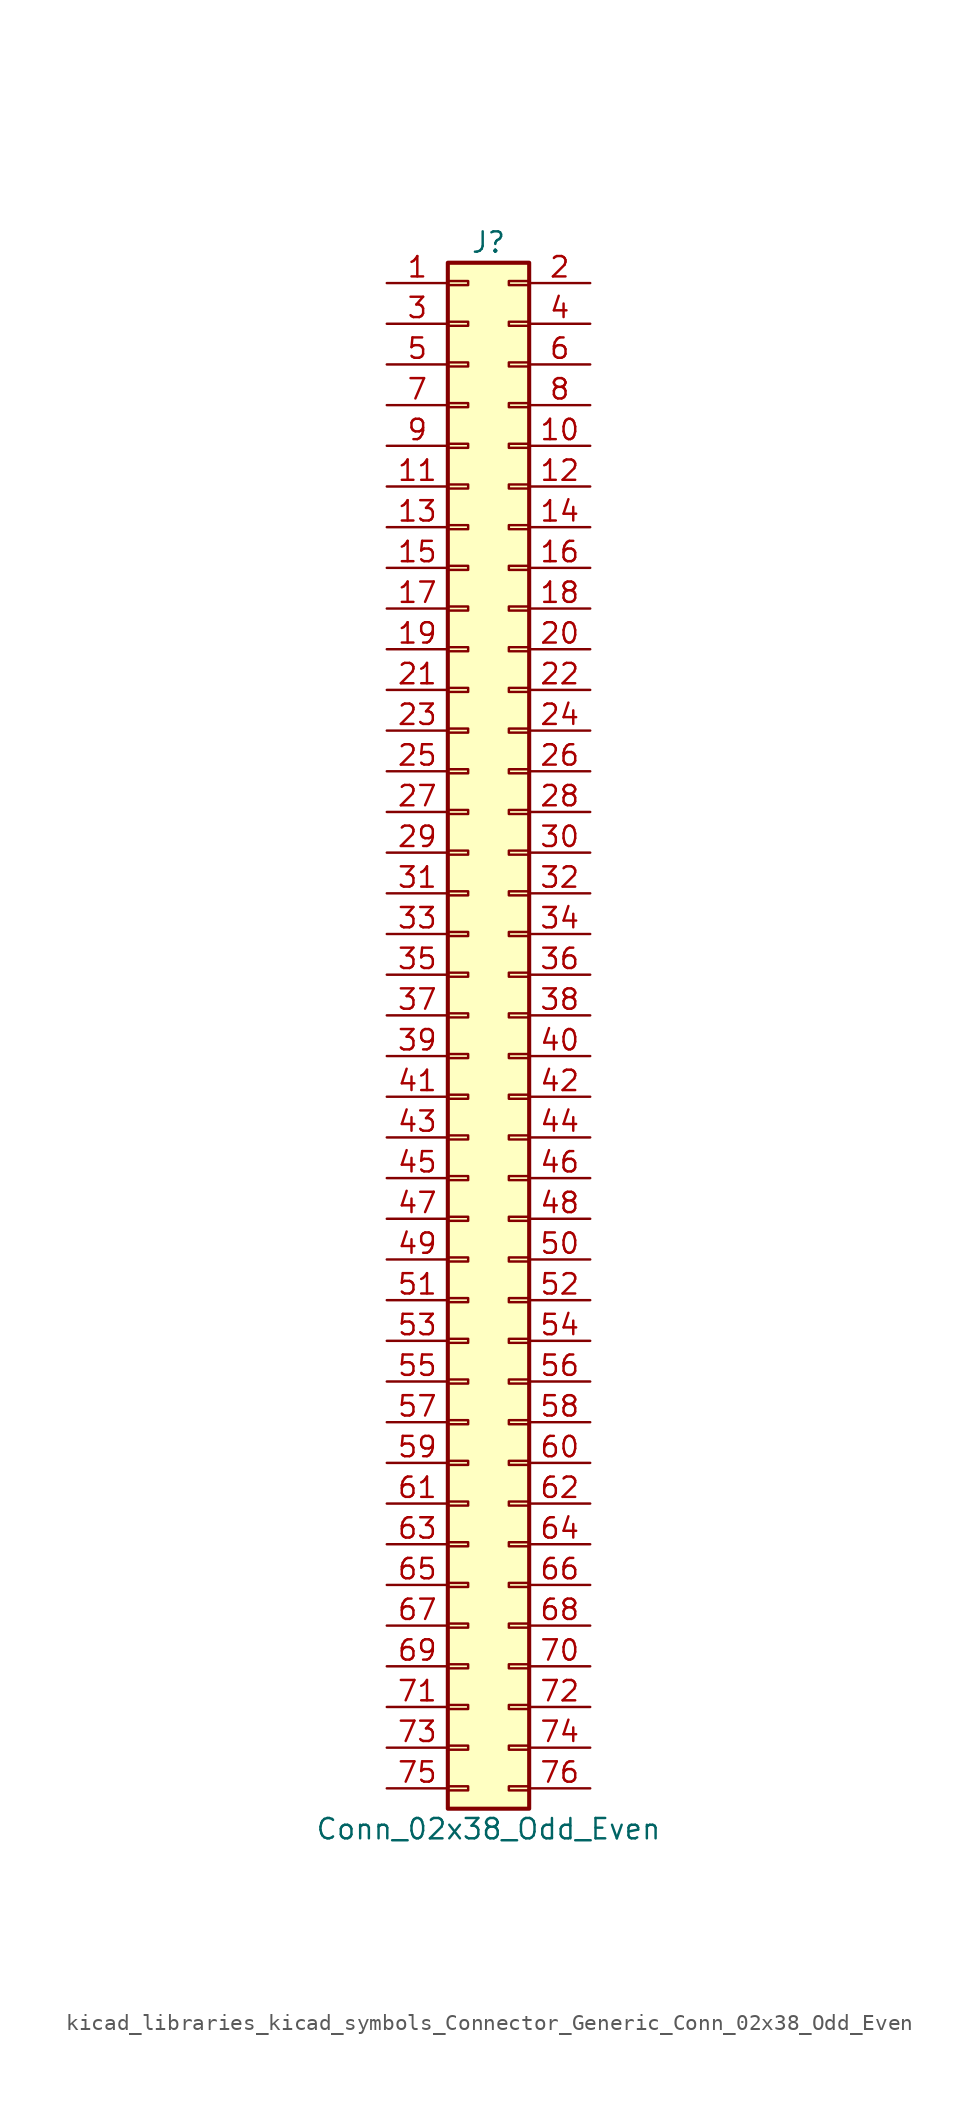
<source format=kicad_sym>
(kicad_symbol_lib
  (version 20220914)
  (generator kicad_symbol_editor)
  (symbol "kicad_libraries_kicad_symbols_Connector_Generic_Conn_02x38_Odd_Even"
    (pin_names
      (offset 1.016) hide)
    (property "Reference" "J"
      (at 1.27 48.26 0)
      (effects (font (size 1.27 1.27))))
    (property "Value" "Conn_02x38_Odd_Even"
      (at 1.27 -50.8 0)
      (effects (font (size 1.27 1.27))))
    (symbol "kicad_libraries_kicad_symbols_Connector_Generic_Conn_02x38_Odd_Even_1_1"
      (rectangle (start -1.27 -48.133) (end 0 -48.387) (stroke (width 0.152) (type default)) (fill (type none)))
      (rectangle (start -1.27 -45.593) (end 0 -45.847) (stroke (width 0.152) (type default)) (fill (type none)))
      (rectangle (start -1.27 -43.053) (end 0 -43.307) (stroke (width 0.152) (type default)) (fill (type none)))
      (rectangle (start -1.27 -40.513) (end 0 -40.767) (stroke (width 0.152) (type default)) (fill (type none)))
      (rectangle (start -1.27 -37.973) (end 0 -38.227) (stroke (width 0.152) (type default)) (fill (type none)))
      (rectangle (start -1.27 -35.433) (end 0 -35.687) (stroke (width 0.152) (type default)) (fill (type none)))
      (rectangle (start -1.27 -32.893) (end 0 -33.147) (stroke (width 0.152) (type default)) (fill (type none)))
      (rectangle (start -1.27 -30.353) (end 0 -30.607) (stroke (width 0.152) (type default)) (fill (type none)))
      (rectangle (start -1.27 -27.813) (end 0 -28.067) (stroke (width 0.152) (type default)) (fill (type none)))
      (rectangle (start -1.27 -25.273) (end 0 -25.527) (stroke (width 0.152) (type default)) (fill (type none)))
      (rectangle (start -1.27 -22.733) (end 0 -22.987) (stroke (width 0.152) (type default)) (fill (type none)))
      (rectangle (start -1.27 -20.193) (end 0 -20.447) (stroke (width 0.152) (type default)) (fill (type none)))
      (rectangle (start -1.27 -17.653) (end 0 -17.907) (stroke (width 0.152) (type default)) (fill (type none)))
      (rectangle (start -1.27 -15.113) (end 0 -15.367) (stroke (width 0.152) (type default)) (fill (type none)))
      (rectangle (start -1.27 -12.573) (end 0 -12.827) (stroke (width 0.152) (type default)) (fill (type none)))
      (rectangle (start -1.27 -10.033) (end 0 -10.287) (stroke (width 0.152) (type default)) (fill (type none)))
      (rectangle (start -1.27 -7.493) (end 0 -7.747) (stroke (width 0.152) (type default)) (fill (type none)))
      (rectangle (start -1.27 -4.953) (end 0 -5.207) (stroke (width 0.152) (type default)) (fill (type none)))
      (rectangle (start -1.27 -2.413) (end 0 -2.667) (stroke (width 0.152) (type default)) (fill (type none)))
      (rectangle (start -1.27 0.127) (end 0 -0.127) (stroke (width 0.152) (type default)) (fill (type none)))
      (rectangle (start -1.27 2.667) (end 0 2.413) (stroke (width 0.152) (type default)) (fill (type none)))
      (rectangle (start -1.27 5.207) (end 0 4.953) (stroke (width 0.152) (type default)) (fill (type none)))
      (rectangle (start -1.27 7.747) (end 0 7.493) (stroke (width 0.152) (type default)) (fill (type none)))
      (rectangle (start -1.27 10.287) (end 0 10.033) (stroke (width 0.152) (type default)) (fill (type none)))
      (rectangle (start -1.27 12.827) (end 0 12.573) (stroke (width 0.152) (type default)) (fill (type none)))
      (rectangle (start -1.27 15.367) (end 0 15.113) (stroke (width 0.152) (type default)) (fill (type none)))
      (rectangle (start -1.27 17.907) (end 0 17.653) (stroke (width 0.152) (type default)) (fill (type none)))
      (rectangle (start -1.27 20.447) (end 0 20.193) (stroke (width 0.152) (type default)) (fill (type none)))
      (rectangle (start -1.27 22.987) (end 0 22.733) (stroke (width 0.152) (type default)) (fill (type none)))
      (rectangle (start -1.27 25.527) (end 0 25.273) (stroke (width 0.152) (type default)) (fill (type none)))
      (rectangle (start -1.27 28.067) (end 0 27.813) (stroke (width 0.152) (type default)) (fill (type none)))
      (rectangle (start -1.27 30.607) (end 0 30.353) (stroke (width 0.152) (type default)) (fill (type none)))
      (rectangle (start -1.27 33.147) (end 0 32.893) (stroke (width 0.152) (type default)) (fill (type none)))
      (rectangle (start -1.27 35.687) (end 0 35.433) (stroke (width 0.152) (type default)) (fill (type none)))
      (rectangle (start -1.27 38.227) (end 0 37.973) (stroke (width 0.152) (type default)) (fill (type none)))
      (rectangle (start -1.27 40.767) (end 0 40.513) (stroke (width 0.152) (type default)) (fill (type none)))
      (rectangle (start -1.27 43.307) (end 0 43.053) (stroke (width 0.152) (type default)) (fill (type none)))
      (rectangle (start -1.27 45.847) (end 0 45.593) (stroke (width 0.152) (type default)) (fill (type none)))
      (rectangle (start -1.27 46.99) (end 3.81 -49.53) (stroke (width 0.254) (type default)) (fill (type background)))
      (rectangle (start 3.81 -48.133) (end 2.54 -48.387) (stroke (width 0.152) (type default)) (fill (type none)))
      (rectangle (start 3.81 -45.593) (end 2.54 -45.847) (stroke (width 0.152) (type default)) (fill (type none)))
      (rectangle (start 3.81 -43.053) (end 2.54 -43.307) (stroke (width 0.152) (type default)) (fill (type none)))
      (rectangle (start 3.81 -40.513) (end 2.54 -40.767) (stroke (width 0.152) (type default)) (fill (type none)))
      (rectangle (start 3.81 -37.973) (end 2.54 -38.227) (stroke (width 0.152) (type default)) (fill (type none)))
      (rectangle (start 3.81 -35.433) (end 2.54 -35.687) (stroke (width 0.152) (type default)) (fill (type none)))
      (rectangle (start 3.81 -32.893) (end 2.54 -33.147) (stroke (width 0.152) (type default)) (fill (type none)))
      (rectangle (start 3.81 -30.353) (end 2.54 -30.607) (stroke (width 0.152) (type default)) (fill (type none)))
      (rectangle (start 3.81 -27.813) (end 2.54 -28.067) (stroke (width 0.152) (type default)) (fill (type none)))
      (rectangle (start 3.81 -25.273) (end 2.54 -25.527) (stroke (width 0.152) (type default)) (fill (type none)))
      (rectangle (start 3.81 -22.733) (end 2.54 -22.987) (stroke (width 0.152) (type default)) (fill (type none)))
      (rectangle (start 3.81 -20.193) (end 2.54 -20.447) (stroke (width 0.152) (type default)) (fill (type none)))
      (rectangle (start 3.81 -17.653) (end 2.54 -17.907) (stroke (width 0.152) (type default)) (fill (type none)))
      (rectangle (start 3.81 -15.113) (end 2.54 -15.367) (stroke (width 0.152) (type default)) (fill (type none)))
      (rectangle (start 3.81 -12.573) (end 2.54 -12.827) (stroke (width 0.152) (type default)) (fill (type none)))
      (rectangle (start 3.81 -10.033) (end 2.54 -10.287) (stroke (width 0.152) (type default)) (fill (type none)))
      (rectangle (start 3.81 -7.493) (end 2.54 -7.747) (stroke (width 0.152) (type default)) (fill (type none)))
      (rectangle (start 3.81 -4.953) (end 2.54 -5.207) (stroke (width 0.152) (type default)) (fill (type none)))
      (rectangle (start 3.81 -2.413) (end 2.54 -2.667) (stroke (width 0.152) (type default)) (fill (type none)))
      (rectangle (start 3.81 0.127) (end 2.54 -0.127) (stroke (width 0.152) (type default)) (fill (type none)))
      (rectangle (start 3.81 2.667) (end 2.54 2.413) (stroke (width 0.152) (type default)) (fill (type none)))
      (rectangle (start 3.81 5.207) (end 2.54 4.953) (stroke (width 0.152) (type default)) (fill (type none)))
      (rectangle (start 3.81 7.747) (end 2.54 7.493) (stroke (width 0.152) (type default)) (fill (type none)))
      (rectangle (start 3.81 10.287) (end 2.54 10.033) (stroke (width 0.152) (type default)) (fill (type none)))
      (rectangle (start 3.81 12.827) (end 2.54 12.573) (stroke (width 0.152) (type default)) (fill (type none)))
      (rectangle (start 3.81 15.367) (end 2.54 15.113) (stroke (width 0.152) (type default)) (fill (type none)))
      (rectangle (start 3.81 17.907) (end 2.54 17.653) (stroke (width 0.152) (type default)) (fill (type none)))
      (rectangle (start 3.81 20.447) (end 2.54 20.193) (stroke (width 0.152) (type default)) (fill (type none)))
      (rectangle (start 3.81 22.987) (end 2.54 22.733) (stroke (width 0.152) (type default)) (fill (type none)))
      (rectangle (start 3.81 25.527) (end 2.54 25.273) (stroke (width 0.152) (type default)) (fill (type none)))
      (rectangle (start 3.81 28.067) (end 2.54 27.813) (stroke (width 0.152) (type default)) (fill (type none)))
      (rectangle (start 3.81 30.607) (end 2.54 30.353) (stroke (width 0.152) (type default)) (fill (type none)))
      (rectangle (start 3.81 33.147) (end 2.54 32.893) (stroke (width 0.152) (type default)) (fill (type none)))
      (rectangle (start 3.81 35.687) (end 2.54 35.433) (stroke (width 0.152) (type default)) (fill (type none)))
      (rectangle (start 3.81 38.227) (end 2.54 37.973) (stroke (width 0.152) (type default)) (fill (type none)))
      (rectangle (start 3.81 40.767) (end 2.54 40.513) (stroke (width 0.152) (type default)) (fill (type none)))
      (rectangle (start 3.81 43.307) (end 2.54 43.053) (stroke (width 0.152) (type default)) (fill (type none)))
      (rectangle (start 3.81 45.847) (end 2.54 45.593) (stroke (width 0.152) (type default)) (fill (type none)))
      (pin passive line (at -5.08 45.72 0) (length 3.81) (name "Pin_1" (effects (font (size 1.27 1.27)))) (number "1" (effects (font (size 1.27 1.27)))))
      (pin passive line (at 7.62 35.56 180) (length 3.81) (name "Pin_10" (effects (font (size 1.27 1.27)))) (number "10" (effects (font (size 1.27 1.27)))))
      (pin passive line (at -5.08 33.02 0) (length 3.81) (name "Pin_11" (effects (font (size 1.27 1.27)))) (number "11" (effects (font (size 1.27 1.27)))))
      (pin passive line (at 7.62 33.02 180) (length 3.81) (name "Pin_12" (effects (font (size 1.27 1.27)))) (number "12" (effects (font (size 1.27 1.27)))))
      (pin passive line (at -5.08 30.48 0) (length 3.81) (name "Pin_13" (effects (font (size 1.27 1.27)))) (number "13" (effects (font (size 1.27 1.27)))))
      (pin passive line (at 7.62 30.48 180) (length 3.81) (name "Pin_14" (effects (font (size 1.27 1.27)))) (number "14" (effects (font (size 1.27 1.27)))))
      (pin passive line (at -5.08 27.94 0) (length 3.81) (name "Pin_15" (effects (font (size 1.27 1.27)))) (number "15" (effects (font (size 1.27 1.27)))))
      (pin passive line (at 7.62 27.94 180) (length 3.81) (name "Pin_16" (effects (font (size 1.27 1.27)))) (number "16" (effects (font (size 1.27 1.27)))))
      (pin passive line (at -5.08 25.4 0) (length 3.81) (name "Pin_17" (effects (font (size 1.27 1.27)))) (number "17" (effects (font (size 1.27 1.27)))))
      (pin passive line (at 7.62 25.4 180) (length 3.81) (name "Pin_18" (effects (font (size 1.27 1.27)))) (number "18" (effects (font (size 1.27 1.27)))))
      (pin passive line (at -5.08 22.86 0) (length 3.81) (name "Pin_19" (effects (font (size 1.27 1.27)))) (number "19" (effects (font (size 1.27 1.27)))))
      (pin passive line (at 7.62 45.72 180) (length 3.81) (name "Pin_2" (effects (font (size 1.27 1.27)))) (number "2" (effects (font (size 1.27 1.27)))))
      (pin passive line (at 7.62 22.86 180) (length 3.81) (name "Pin_20" (effects (font (size 1.27 1.27)))) (number "20" (effects (font (size 1.27 1.27)))))
      (pin passive line (at -5.08 20.32 0) (length 3.81) (name "Pin_21" (effects (font (size 1.27 1.27)))) (number "21" (effects (font (size 1.27 1.27)))))
      (pin passive line (at 7.62 20.32 180) (length 3.81) (name "Pin_22" (effects (font (size 1.27 1.27)))) (number "22" (effects (font (size 1.27 1.27)))))
      (pin passive line (at -5.08 17.78 0) (length 3.81) (name "Pin_23" (effects (font (size 1.27 1.27)))) (number "23" (effects (font (size 1.27 1.27)))))
      (pin passive line (at 7.62 17.78 180) (length 3.81) (name "Pin_24" (effects (font (size 1.27 1.27)))) (number "24" (effects (font (size 1.27 1.27)))))
      (pin passive line (at -5.08 15.24 0) (length 3.81) (name "Pin_25" (effects (font (size 1.27 1.27)))) (number "25" (effects (font (size 1.27 1.27)))))
      (pin passive line (at 7.62 15.24 180) (length 3.81) (name "Pin_26" (effects (font (size 1.27 1.27)))) (number "26" (effects (font (size 1.27 1.27)))))
      (pin passive line (at -5.08 12.7 0) (length 3.81) (name "Pin_27" (effects (font (size 1.27 1.27)))) (number "27" (effects (font (size 1.27 1.27)))))
      (pin passive line (at 7.62 12.7 180) (length 3.81) (name "Pin_28" (effects (font (size 1.27 1.27)))) (number "28" (effects (font (size 1.27 1.27)))))
      (pin passive line (at -5.08 10.16 0) (length 3.81) (name "Pin_29" (effects (font (size 1.27 1.27)))) (number "29" (effects (font (size 1.27 1.27)))))
      (pin passive line (at -5.08 43.18 0) (length 3.81) (name "Pin_3" (effects (font (size 1.27 1.27)))) (number "3" (effects (font (size 1.27 1.27)))))
      (pin passive line (at 7.62 10.16 180) (length 3.81) (name "Pin_30" (effects (font (size 1.27 1.27)))) (number "30" (effects (font (size 1.27 1.27)))))
      (pin passive line (at -5.08 7.62 0) (length 3.81) (name "Pin_31" (effects (font (size 1.27 1.27)))) (number "31" (effects (font (size 1.27 1.27)))))
      (pin passive line (at 7.62 7.62 180) (length 3.81) (name "Pin_32" (effects (font (size 1.27 1.27)))) (number "32" (effects (font (size 1.27 1.27)))))
      (pin passive line (at -5.08 5.08 0) (length 3.81) (name "Pin_33" (effects (font (size 1.27 1.27)))) (number "33" (effects (font (size 1.27 1.27)))))
      (pin passive line (at 7.62 5.08 180) (length 3.81) (name "Pin_34" (effects (font (size 1.27 1.27)))) (number "34" (effects (font (size 1.27 1.27)))))
      (pin passive line (at -5.08 2.54 0) (length 3.81) (name "Pin_35" (effects (font (size 1.27 1.27)))) (number "35" (effects (font (size 1.27 1.27)))))
      (pin passive line (at 7.62 2.54 180) (length 3.81) (name "Pin_36" (effects (font (size 1.27 1.27)))) (number "36" (effects (font (size 1.27 1.27)))))
      (pin passive line (at -5.08 0 0) (length 3.81) (name "Pin_37" (effects (font (size 1.27 1.27)))) (number "37" (effects (font (size 1.27 1.27)))))
      (pin passive line (at 7.62 0 180) (length 3.81) (name "Pin_38" (effects (font (size 1.27 1.27)))) (number "38" (effects (font (size 1.27 1.27)))))
      (pin passive line (at -5.08 -2.54 0) (length 3.81) (name "Pin_39" (effects (font (size 1.27 1.27)))) (number "39" (effects (font (size 1.27 1.27)))))
      (pin passive line (at 7.62 43.18 180) (length 3.81) (name "Pin_4" (effects (font (size 1.27 1.27)))) (number "4" (effects (font (size 1.27 1.27)))))
      (pin passive line (at 7.62 -2.54 180) (length 3.81) (name "Pin_40" (effects (font (size 1.27 1.27)))) (number "40" (effects (font (size 1.27 1.27)))))
      (pin passive line (at -5.08 -5.08 0) (length 3.81) (name "Pin_41" (effects (font (size 1.27 1.27)))) (number "41" (effects (font (size 1.27 1.27)))))
      (pin passive line (at 7.62 -5.08 180) (length 3.81) (name "Pin_42" (effects (font (size 1.27 1.27)))) (number "42" (effects (font (size 1.27 1.27)))))
      (pin passive line (at -5.08 -7.62 0) (length 3.81) (name "Pin_43" (effects (font (size 1.27 1.27)))) (number "43" (effects (font (size 1.27 1.27)))))
      (pin passive line (at 7.62 -7.62 180) (length 3.81) (name "Pin_44" (effects (font (size 1.27 1.27)))) (number "44" (effects (font (size 1.27 1.27)))))
      (pin passive line (at -5.08 -10.16 0) (length 3.81) (name "Pin_45" (effects (font (size 1.27 1.27)))) (number "45" (effects (font (size 1.27 1.27)))))
      (pin passive line (at 7.62 -10.16 180) (length 3.81) (name "Pin_46" (effects (font (size 1.27 1.27)))) (number "46" (effects (font (size 1.27 1.27)))))
      (pin passive line (at -5.08 -12.7 0) (length 3.81) (name "Pin_47" (effects (font (size 1.27 1.27)))) (number "47" (effects (font (size 1.27 1.27)))))
      (pin passive line (at 7.62 -12.7 180) (length 3.81) (name "Pin_48" (effects (font (size 1.27 1.27)))) (number "48" (effects (font (size 1.27 1.27)))))
      (pin passive line (at -5.08 -15.24 0) (length 3.81) (name "Pin_49" (effects (font (size 1.27 1.27)))) (number "49" (effects (font (size 1.27 1.27)))))
      (pin passive line (at -5.08 40.64 0) (length 3.81) (name "Pin_5" (effects (font (size 1.27 1.27)))) (number "5" (effects (font (size 1.27 1.27)))))
      (pin passive line (at 7.62 -15.24 180) (length 3.81) (name "Pin_50" (effects (font (size 1.27 1.27)))) (number "50" (effects (font (size 1.27 1.27)))))
      (pin passive line (at -5.08 -17.78 0) (length 3.81) (name "Pin_51" (effects (font (size 1.27 1.27)))) (number "51" (effects (font (size 1.27 1.27)))))
      (pin passive line (at 7.62 -17.78 180) (length 3.81) (name "Pin_52" (effects (font (size 1.27 1.27)))) (number "52" (effects (font (size 1.27 1.27)))))
      (pin passive line (at -5.08 -20.32 0) (length 3.81) (name "Pin_53" (effects (font (size 1.27 1.27)))) (number "53" (effects (font (size 1.27 1.27)))))
      (pin passive line (at 7.62 -20.32 180) (length 3.81) (name "Pin_54" (effects (font (size 1.27 1.27)))) (number "54" (effects (font (size 1.27 1.27)))))
      (pin passive line (at -5.08 -22.86 0) (length 3.81) (name "Pin_55" (effects (font (size 1.27 1.27)))) (number "55" (effects (font (size 1.27 1.27)))))
      (pin passive line (at 7.62 -22.86 180) (length 3.81) (name "Pin_56" (effects (font (size 1.27 1.27)))) (number "56" (effects (font (size 1.27 1.27)))))
      (pin passive line (at -5.08 -25.4 0) (length 3.81) (name "Pin_57" (effects (font (size 1.27 1.27)))) (number "57" (effects (font (size 1.27 1.27)))))
      (pin passive line (at 7.62 -25.4 180) (length 3.81) (name "Pin_58" (effects (font (size 1.27 1.27)))) (number "58" (effects (font (size 1.27 1.27)))))
      (pin passive line (at -5.08 -27.94 0) (length 3.81) (name "Pin_59" (effects (font (size 1.27 1.27)))) (number "59" (effects (font (size 1.27 1.27)))))
      (pin passive line (at 7.62 40.64 180) (length 3.81) (name "Pin_6" (effects (font (size 1.27 1.27)))) (number "6" (effects (font (size 1.27 1.27)))))
      (pin passive line (at 7.62 -27.94 180) (length 3.81) (name "Pin_60" (effects (font (size 1.27 1.27)))) (number "60" (effects (font (size 1.27 1.27)))))
      (pin passive line (at -5.08 -30.48 0) (length 3.81) (name "Pin_61" (effects (font (size 1.27 1.27)))) (number "61" (effects (font (size 1.27 1.27)))))
      (pin passive line (at 7.62 -30.48 180) (length 3.81) (name "Pin_62" (effects (font (size 1.27 1.27)))) (number "62" (effects (font (size 1.27 1.27)))))
      (pin passive line (at -5.08 -33.02 0) (length 3.81) (name "Pin_63" (effects (font (size 1.27 1.27)))) (number "63" (effects (font (size 1.27 1.27)))))
      (pin passive line (at 7.62 -33.02 180) (length 3.81) (name "Pin_64" (effects (font (size 1.27 1.27)))) (number "64" (effects (font (size 1.27 1.27)))))
      (pin passive line (at -5.08 -35.56 0) (length 3.81) (name "Pin_65" (effects (font (size 1.27 1.27)))) (number "65" (effects (font (size 1.27 1.27)))))
      (pin passive line (at 7.62 -35.56 180) (length 3.81) (name "Pin_66" (effects (font (size 1.27 1.27)))) (number "66" (effects (font (size 1.27 1.27)))))
      (pin passive line (at -5.08 -38.1 0) (length 3.81) (name "Pin_67" (effects (font (size 1.27 1.27)))) (number "67" (effects (font (size 1.27 1.27)))))
      (pin passive line (at 7.62 -38.1 180) (length 3.81) (name "Pin_68" (effects (font (size 1.27 1.27)))) (number "68" (effects (font (size 1.27 1.27)))))
      (pin passive line (at -5.08 -40.64 0) (length 3.81) (name "Pin_69" (effects (font (size 1.27 1.27)))) (number "69" (effects (font (size 1.27 1.27)))))
      (pin passive line (at -5.08 38.1 0) (length 3.81) (name "Pin_7" (effects (font (size 1.27 1.27)))) (number "7" (effects (font (size 1.27 1.27)))))
      (pin passive line (at 7.62 -40.64 180) (length 3.81) (name "Pin_70" (effects (font (size 1.27 1.27)))) (number "70" (effects (font (size 1.27 1.27)))))
      (pin passive line (at -5.08 -43.18 0) (length 3.81) (name "Pin_71" (effects (font (size 1.27 1.27)))) (number "71" (effects (font (size 1.27 1.27)))))
      (pin passive line (at 7.62 -43.18 180) (length 3.81) (name "Pin_72" (effects (font (size 1.27 1.27)))) (number "72" (effects (font (size 1.27 1.27)))))
      (pin passive line (at -5.08 -45.72 0) (length 3.81) (name "Pin_73" (effects (font (size 1.27 1.27)))) (number "73" (effects (font (size 1.27 1.27)))))
      (pin passive line (at 7.62 -45.72 180) (length 3.81) (name "Pin_74" (effects (font (size 1.27 1.27)))) (number "74" (effects (font (size 1.27 1.27)))))
      (pin passive line (at -5.08 -48.26 0) (length 3.81) (name "Pin_75" (effects (font (size 1.27 1.27)))) (number "75" (effects (font (size 1.27 1.27)))))
      (pin passive line (at 7.62 -48.26 180) (length 3.81) (name "Pin_76" (effects (font (size 1.27 1.27)))) (number "76" (effects (font (size 1.27 1.27)))))
      (pin passive line (at 7.62 38.1 180) (length 3.81) (name "Pin_8" (effects (font (size 1.27 1.27)))) (number "8" (effects (font (size 1.27 1.27)))))
      (pin passive line (at -5.08 35.56 0) (length 3.81) (name "Pin_9" (effects (font (size 1.27 1.27)))) (number "9" (effects (font (size 1.27 1.27))))))))
</source>
